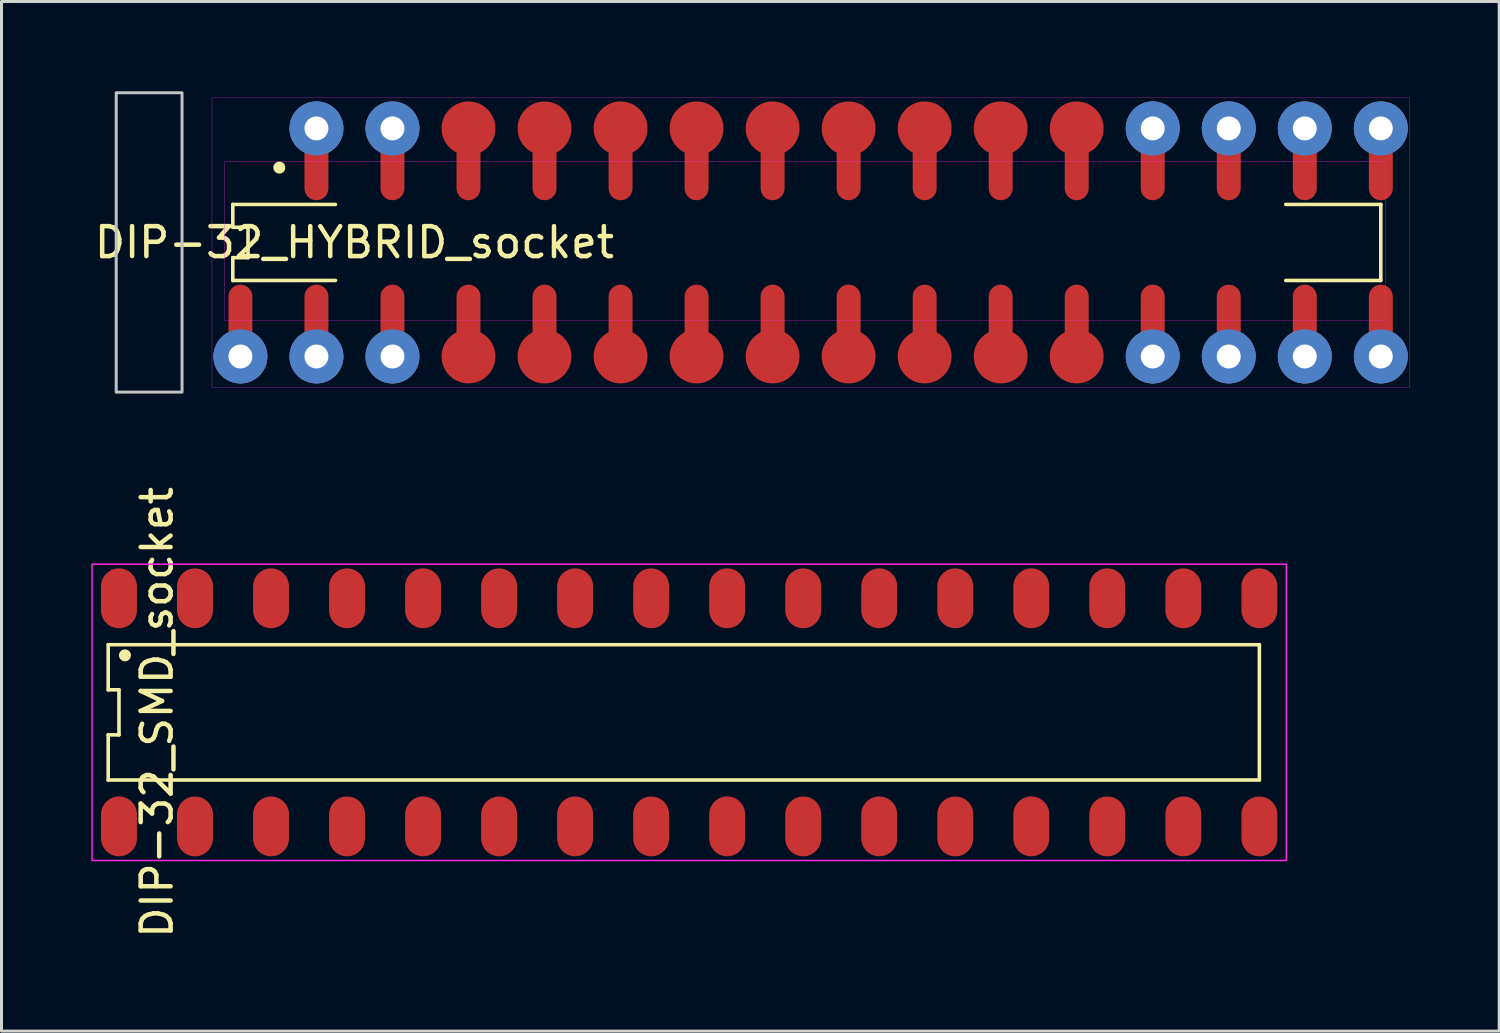
<source format=kicad_pcb>
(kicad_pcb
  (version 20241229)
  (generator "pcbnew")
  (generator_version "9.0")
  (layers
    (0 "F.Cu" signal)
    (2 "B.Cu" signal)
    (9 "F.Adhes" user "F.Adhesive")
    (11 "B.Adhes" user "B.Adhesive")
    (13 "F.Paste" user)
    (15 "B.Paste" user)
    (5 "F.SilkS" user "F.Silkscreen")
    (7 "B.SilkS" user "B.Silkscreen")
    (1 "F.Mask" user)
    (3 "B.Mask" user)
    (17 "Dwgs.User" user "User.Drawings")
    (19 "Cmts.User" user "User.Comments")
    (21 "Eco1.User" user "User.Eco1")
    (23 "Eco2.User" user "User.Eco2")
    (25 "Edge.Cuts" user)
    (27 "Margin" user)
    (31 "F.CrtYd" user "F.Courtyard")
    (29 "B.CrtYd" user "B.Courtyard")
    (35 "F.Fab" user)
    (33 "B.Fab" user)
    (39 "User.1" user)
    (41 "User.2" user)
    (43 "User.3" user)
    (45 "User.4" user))
  (footprint "DIP-32_HYBRID_socket"
    (layer "F.Cu")
    (at 24.032 5.05)
    (property "Reference" "DIP-32_HYBRID_socket" (at -15.24 0 0) (unlocked yes) (layer "F.SilkS") (effects (font (size 1 1) (thickness 0.15))))
    (attr through_hole allow_missing_courtyard)
    (fp_line (start -19.304 -1.27) (end -19.304 -0.508) (stroke (width 0.12) (type default)) (layer "F.SilkS"))
    (fp_line (start -19.304 -0.508) (end -18.796 -0.508) (stroke (width 0.12) (type default)) (layer "F.SilkS"))
    (fp_line (start -19.304 0.508) (end -19.304 1.27) (stroke (width 0.12) (type default)) (layer "F.SilkS"))
    (fp_line (start -19.304 1.27) (end -15.875 1.27) (stroke (width 0.12) (type default)) (layer "F.SilkS"))
    (fp_line (start -18.796 -0.508) (end -18.796 0.508) (stroke (width 0.12) (type default)) (layer "F.SilkS"))
    (fp_line (start -18.796 0.508) (end -19.304 0.508) (stroke (width 0.12) (type default)) (layer "F.SilkS"))
    (fp_line (start -15.875 -1.27) (end -19.304 -1.27) (stroke (width 0.12) (type default)) (layer "F.SilkS"))
    (fp_line (start 15.875 1.27) (end 19.05 1.27) (stroke (width 0.12) (type default)) (layer "F.SilkS"))
    (fp_line (start 19.05 -1.27) (end 15.875 -1.27) (stroke (width 0.12) (type default)) (layer "F.SilkS"))
    (fp_line (start 19.05 1.27) (end 19.05 -1.27) (stroke (width 0.12) (type default)) (layer "F.SilkS"))
    (fp_circle (center -17.75 -2.5) (end -17.55 -2.5) (stroke (width 0) (type solid)) (fill yes) (layer "F.SilkS"))
    (fp_rect (start -23.2 -5) (end -21 5) (stroke (width 0.1) (type solid)) (fill no) (layer "Dwgs.User"))
    (fp_rect (start -20 -4.85) (end 20 4.85) (stroke (width 0.01) (type solid)) (fill no) (layer "F.CrtYd"))
    (fp_rect (start -19.58 -2.7) (end 19.2 2.6) (stroke (width 0.01) (type solid)) (fill no) (layer "F.CrtYd"))
    (pad "2" smd oval (at -16.51 -3.81) (size 0.8 2.8) (drill (offset 0 1)) (layers "F.Cu" "F.Mask" "F.Paste"))
    (pad "2" thru_hole circle (at -16.51 -3.81) (size 1.8 1.8) (drill 0.8) (layers "*.Cu" "*.Paste" "*.Mask"))
    (pad "2" smd circle (at -16.51 -3.81) (size 1.8 1.8) (layers "B.Cu" "B.Mask" "B.Paste"))
    (pad "3" smd oval (at -13.97 -3.81) (size 0.8 2.8) (drill (offset 0 1)) (layers "F.Cu" "F.Mask" "F.Paste"))
    (pad "3" thru_hole circle (at -13.97 -3.81) (size 1.8 1.8) (drill 0.8) (layers "*.Cu" "*.Paste" "*.Mask"))
    (pad "3" smd circle (at -13.97 -3.81) (size 1.8 1.8) (layers "B.Cu" "B.Mask" "B.Paste"))
    (pad "4" smd oval (at -11.43 -3.81) (size 0.8 2.8) (drill (offset 0 1)) (layers "F.Cu" "F.Mask" "F.Paste"))
    (pad "4" smd circle (at -11.43 -3.81) (size 1.8 1.8) (layers "F.Cu" "F.Mask" "F.Paste"))
    (pad "5" smd oval (at -8.89 -3.81) (size 0.8 2.8) (drill (offset 0 1)) (layers "F.Cu" "F.Mask" "F.Paste"))
    (pad "5" smd circle (at -8.89 -3.81) (size 1.8 1.8) (layers "F.Cu" "F.Mask" "F.Paste"))
    (pad "6" smd oval (at -6.35 -3.81) (size 0.8 2.8) (drill (offset 0 1)) (layers "F.Cu" "F.Mask" "F.Paste"))
    (pad "6" smd circle (at -6.35 -3.81) (size 1.8 1.8) (layers "F.Cu" "F.Mask" "F.Paste"))
    (pad "7" smd oval (at -3.81 -3.81) (size 0.8 2.8) (drill (offset 0 1)) (layers "F.Cu" "F.Mask" "F.Paste"))
    (pad "7" smd circle (at -3.81 -3.81) (size 1.8 1.8) (layers "F.Cu" "F.Mask" "F.Paste"))
    (pad "8" smd oval (at -1.27 -3.81) (size 0.8 2.8) (drill (offset 0 1)) (layers "F.Cu" "F.Mask" "F.Paste"))
    (pad "8" smd circle (at -1.27 -3.81) (size 1.8 1.8) (layers "F.Cu" "F.Mask" "F.Paste"))
    (pad "9" smd oval (at 1.27 -3.81) (size 0.8 2.8) (drill (offset 0 1)) (layers "F.Cu" "F.Mask" "F.Paste"))
    (pad "9" smd circle (at 1.27 -3.81) (size 1.8 1.8) (layers "F.Cu" "F.Mask" "F.Paste"))
    (pad "10" smd oval (at 3.81 -3.81) (size 0.8 2.8) (drill (offset 0 1)) (layers "F.Cu" "F.Mask" "F.Paste"))
    (pad "10" smd circle (at 3.81 -3.81) (size 1.8 1.8) (layers "F.Cu" "F.Mask" "F.Paste"))
    (pad "11" smd oval (at 6.35 -3.81) (size 0.8 2.8) (drill (offset 0 1)) (layers "F.Cu" "F.Mask" "F.Paste"))
    (pad "11" smd circle (at 6.35 -3.81) (size 1.8 1.8) (layers "F.Cu" "F.Mask" "F.Paste"))
    (pad "12" smd oval (at 8.89 -3.81) (size 0.8 2.8) (drill (offset 0 1)) (layers "F.Cu" "F.Mask" "F.Paste"))
    (pad "12" smd circle (at 8.89 -3.81) (size 1.8 1.8) (layers "F.Cu" "F.Mask" "F.Paste"))
    (pad "13" smd oval (at 11.43 -3.81) (size 0.8 2.8) (drill (offset 0 1)) (layers "F.Cu" "F.Mask" "F.Paste"))
    (pad "13" thru_hole circle (at 11.43 -3.81) (size 1.8 1.8) (drill 0.8) (layers "*.Cu" "*.Paste" "*.Mask"))
    (pad "13" smd circle (at 11.43 -3.81) (size 1.8 1.8) (layers "B.Cu" "B.Mask" "B.Paste"))
    (pad "14" smd oval (at 13.97 -3.81) (size 0.8 2.8) (drill (offset 0 1)) (layers "F.Cu" "F.Mask" "F.Paste"))
    (pad "14" thru_hole circle (at 13.97 -3.81) (size 1.8 1.8) (drill 0.8) (layers "*.Cu" "*.Paste" "*.Mask"))
    (pad "14" smd circle (at 13.97 -3.81) (size 1.8 1.8) (layers "B.Cu" "B.Mask" "B.Paste"))
    (pad "15" smd oval (at 16.51 -3.81) (size 0.8 2.8) (drill (offset 0 1)) (layers "F.Cu" "F.Mask" "F.Paste"))
    (pad "15" thru_hole circle (at 16.51 -3.81) (size 1.8 1.8) (drill 0.8) (layers "*.Cu" "*.Paste" "*.Mask"))
    (pad "15" smd circle (at 16.51 -3.81) (size 1.8 1.8) (layers "B.Cu" "B.Mask" "B.Paste"))
    (pad "16" smd oval (at 19.05 -3.81) (size 0.8 2.8) (drill (offset 0 1)) (layers "F.Cu" "F.Mask" "F.Paste"))
    (pad "16" thru_hole circle (at 19.05 -3.81) (size 1.8 1.8) (drill 0.8) (layers "*.Cu" "*.Paste" "*.Mask"))
    (pad "16" smd circle (at 19.05 -3.81) (size 1.8 1.8) (layers "B.Cu" "B.Mask" "B.Paste"))
    (pad "17" smd oval (at 19.05 3.81 180) (size 0.8 2.8) (drill (offset 0 1)) (layers "F.Cu" "F.Mask" "F.Paste"))
    (pad "17" thru_hole circle (at 19.05 3.81) (size 1.8 1.8) (drill 0.8) (layers "*.Cu" "*.Paste" "*.Mask"))
    (pad "17" smd circle (at 19.05 3.81) (size 1.8 1.8) (layers "B.Cu" "B.Mask" "B.Paste"))
    (pad "18" smd oval (at 16.51 3.81 180) (size 0.8 2.8) (drill (offset 0 1)) (layers "F.Cu" "F.Mask" "F.Paste"))
    (pad "18" thru_hole circle (at 16.51 3.81) (size 1.8 1.8) (drill 0.8) (layers "*.Cu" "*.Paste" "*.Mask"))
    (pad "18" smd circle (at 16.51 3.81) (size 1.8 1.8) (layers "B.Cu" "B.Mask" "B.Paste"))
    (pad "19" smd oval (at 13.97 3.81 180) (size 0.8 2.8) (drill (offset 0 1)) (layers "F.Cu" "F.Mask" "F.Paste"))
    (pad "19" thru_hole circle (at 13.97 3.81) (size 1.8 1.8) (drill 0.8) (layers "*.Cu" "*.Paste" "*.Mask"))
    (pad "19" smd circle (at 13.97 3.81) (size 1.8 1.8) (layers "B.Cu" "B.Mask" "B.Paste"))
    (pad "20" smd oval (at 11.43 3.81 180) (size 0.8 2.8) (drill (offset 0 1)) (layers "F.Cu" "F.Mask" "F.Paste"))
    (pad "20" thru_hole circle (at 11.43 3.81) (size 1.8 1.8) (drill 0.8) (layers "*.Cu" "*.Paste" "*.Mask"))
    (pad "20" smd circle (at 11.43 3.81) (size 1.8 1.8) (layers "B.Cu" "B.Mask" "B.Paste"))
    (pad "21" smd oval (at 8.89 3.81 180) (size 0.8 2.8) (drill (offset 0 1)) (layers "F.Cu" "F.Mask" "F.Paste"))
    (pad "21" smd circle (at 8.89 3.81) (size 1.8 1.8) (layers "F.Cu" "F.Mask" "F.Paste"))
    (pad "22" smd oval (at 6.35 3.81 180) (size 0.8 2.8) (drill (offset 0 1)) (layers "F.Cu" "F.Mask" "F.Paste"))
    (pad "22" smd circle (at 6.35 3.81) (size 1.8 1.8) (layers "F.Cu" "F.Mask" "F.Paste"))
    (pad "23" smd oval (at 3.81 3.81 180) (size 0.8 2.8) (drill (offset 0 1)) (layers "F.Cu" "F.Mask" "F.Paste"))
    (pad "23" smd circle (at 3.81 3.81) (size 1.8 1.8) (layers "F.Cu" "F.Mask" "F.Paste"))
    (pad "24" smd oval (at 1.27 3.81 180) (size 0.8 2.8) (drill (offset 0 1)) (layers "F.Cu" "F.Mask" "F.Paste"))
    (pad "24" smd circle (at 1.27 3.81) (size 1.8 1.8) (layers "F.Cu" "F.Mask" "F.Paste"))
    (pad "25" smd oval (at -1.27 3.81 180) (size 0.8 2.8) (drill (offset 0 1)) (layers "F.Cu" "F.Mask" "F.Paste"))
    (pad "25" smd circle (at -1.27 3.81) (size 1.8 1.8) (layers "F.Cu" "F.Mask" "F.Paste"))
    (pad "26" smd oval (at -3.81 3.81 180) (size 0.8 2.8) (drill (offset 0 1)) (layers "F.Cu" "F.Mask" "F.Paste"))
    (pad "26" smd circle (at -3.81 3.81) (size 1.8 1.8) (layers "F.Cu" "F.Mask" "F.Paste"))
    (pad "27" smd oval (at -6.35 3.81 180) (size 0.8 2.8) (drill (offset 0 1)) (layers "F.Cu" "F.Mask" "F.Paste"))
    (pad "27" smd circle (at -6.35 3.81) (size 1.8 1.8) (layers "F.Cu" "F.Mask" "F.Paste"))
    (pad "28" smd oval (at -8.89 3.81 180) (size 0.8 2.8) (drill (offset 0 1)) (layers "F.Cu" "F.Mask" "F.Paste"))
    (pad "28" smd circle (at -8.89 3.81) (size 1.8 1.8) (layers "F.Cu" "F.Mask" "F.Paste"))
    (pad "29" smd oval (at -11.43 3.81 180) (size 0.8 2.8) (drill (offset 0 1)) (layers "F.Cu" "F.Mask" "F.Paste"))
    (pad "29" smd circle (at -11.43 3.81) (size 1.8 1.8) (layers "F.Cu" "F.Mask" "F.Paste"))
    (pad "30" smd oval (at -13.97 3.81 180) (size 0.8 2.8) (drill (offset 0 1)) (layers "F.Cu" "F.Mask" "F.Paste"))
    (pad "30" thru_hole circle (at -13.97 3.81) (size 1.8 1.8) (drill 0.8) (layers "*.Cu" "*.Paste" "*.Mask"))
    (pad "30" smd circle (at -13.97 3.81) (size 1.8 1.8) (layers "B.Cu" "B.Mask" "B.Paste"))
    (pad "31" smd oval (at -16.51 3.81 180) (size 0.8 2.8) (drill (offset 0 1)) (layers "F.Cu" "F.Mask" "F.Paste"))
    (pad "31" thru_hole circle (at -16.51 3.81) (size 1.8 1.8) (drill 0.8) (layers "*.Cu" "*.Paste" "*.Mask"))
    (pad "31" smd circle (at -16.51 3.81) (size 1.8 1.8) (layers "B.Cu" "B.Mask" "B.Paste"))
    (pad "32" smd oval (at -19.05 3.81 180) (size 0.8 2.8) (drill (offset 0 1)) (layers "F.Cu" "F.Mask" "F.Paste"))
    (pad "32" thru_hole circle (at -19.05 3.81) (size 1.8 1.8) (drill 0.8) (layers "*.Cu" "*.Paste" "*.Mask"))
    (pad "32" smd circle (at -19.05 3.81) (size 1.8 1.8) (layers "B.Cu" "B.Mask" "B.Paste")))
  (footprint "DIP-32_SMD_socket"
    (layer "F.Cu")
    (at 19.975 20.749)
    (property "Reference" "DIP-32_SMD_socket" (at -17.78 0 90) (unlocked yes) (layer "F.SilkS") (effects (font (size 1 1) (thickness 0.15))))
    (attr through_hole)
    (fp_line (start -19.41 -2.26) (end -19.41 -0.753) (stroke (width 0.12) (type default)) (layer "F.SilkS"))
    (fp_line (start -19.41 -0.753) (end -19.05 -0.753) (stroke (width 0.12) (type default)) (layer "F.SilkS"))
    (fp_line (start -19.41 0.753) (end -19.41 2.26) (stroke (width 0.12) (type default)) (layer "F.SilkS"))
    (fp_line (start -19.41 2.26) (end 19.05 2.26) (stroke (width 0.12) (type default)) (layer "F.SilkS"))
    (fp_line (start -19.05 -0.753) (end -19.05 0.753) (stroke (width 0.12) (type default)) (layer "F.SilkS"))
    (fp_line (start -19.05 0.753) (end -19.41 0.753) (stroke (width 0.12) (type default)) (layer "F.SilkS"))
    (fp_line (start 19.05 -2.26) (end -19.41 -2.26) (stroke (width 0.12) (type default)) (layer "F.SilkS"))
    (fp_line (start 19.05 2.26) (end 19.05 -2.26) (stroke (width 0.12) (type default)) (layer "F.SilkS"))
    (fp_circle (center -18.85 -1.905) (end -18.65 -1.905) (stroke (width 0) (type solid)) (fill yes) (layer "F.SilkS"))
    (fp_rect (start -19.95 -4.95) (end 19.95 4.95) (stroke (width 0.05) (type default)) (fill no) (layer "F.CrtYd"))
    (pad "1" smd oval (at -19.05 -3.81) (size 1.2 2) (layers "F.Cu" "F.Mask" "F.Paste"))
    (pad "2" smd oval (at -16.51 -3.81) (size 1.2 2) (layers "F.Cu" "F.Mask" "F.Paste"))
    (pad "3" smd oval (at -13.97 -3.81) (size 1.2 2) (layers "F.Cu" "F.Mask" "F.Paste"))
    (pad "4" smd oval (at -11.43 -3.81) (size 1.2 2) (layers "F.Cu" "F.Mask" "F.Paste"))
    (pad "5" smd oval (at -8.89 -3.81) (size 1.2 2) (layers "F.Cu" "F.Mask" "F.Paste"))
    (pad "6" smd oval (at -6.35 -3.81) (size 1.2 2) (layers "F.Cu" "F.Mask" "F.Paste"))
    (pad "7" smd oval (at -3.81 -3.81) (size 1.2 2) (layers "F.Cu" "F.Mask" "F.Paste"))
    (pad "8" smd oval (at -1.27 -3.81) (size 1.2 2) (layers "F.Cu" "F.Mask" "F.Paste"))
    (pad "9" smd oval (at 1.27 -3.81) (size 1.2 2) (layers "F.Cu" "F.Mask" "F.Paste"))
    (pad "10" smd oval (at 3.81 -3.81) (size 1.2 2) (layers "F.Cu" "F.Mask" "F.Paste"))
    (pad "11" smd oval (at 6.35 -3.81) (size 1.2 2) (layers "F.Cu" "F.Mask" "F.Paste"))
    (pad "12" smd oval (at 8.89 -3.81) (size 1.2 2) (layers "F.Cu" "F.Mask" "F.Paste"))
    (pad "13" smd oval (at 11.43 -3.81) (size 1.2 2) (layers "F.Cu" "F.Mask" "F.Paste"))
    (pad "14" smd oval (at 13.97 -3.81) (size 1.2 2) (layers "F.Cu" "F.Mask" "F.Paste"))
    (pad "15" smd oval (at 16.51 -3.81) (size 1.2 2) (layers "F.Cu" "F.Mask" "F.Paste"))
    (pad "16" smd oval (at 19.05 -3.81) (size 1.2 2) (layers "F.Cu" "F.Mask" "F.Paste"))
    (pad "17" smd oval (at 19.05 3.81) (size 1.2 2) (layers "F.Cu" "F.Mask" "F.Paste"))
    (pad "18" smd oval (at 16.51 3.81) (size 1.2 2) (layers "F.Cu" "F.Mask" "F.Paste"))
    (pad "19" smd oval (at 13.97 3.81) (size 1.2 2) (layers "F.Cu" "F.Mask" "F.Paste"))
    (pad "20" smd oval (at 11.43 3.81) (size 1.2 2) (layers "F.Cu" "F.Mask" "F.Paste"))
    (pad "21" smd oval (at 8.89 3.81) (size 1.2 2) (layers "F.Cu" "F.Mask" "F.Paste"))
    (pad "22" smd oval (at 6.35 3.81) (size 1.2 2) (layers "F.Cu" "F.Mask" "F.Paste"))
    (pad "23" smd oval (at 3.81 3.81) (size 1.2 2) (layers "F.Cu" "F.Mask" "F.Paste"))
    (pad "24" smd oval (at 1.27 3.81) (size 1.2 2) (layers "F.Cu" "F.Mask" "F.Paste"))
    (pad "25" smd oval (at -1.27 3.81) (size 1.2 2) (layers "F.Cu" "F.Mask" "F.Paste"))
    (pad "26" smd oval (at -3.81 3.81) (size 1.2 2) (layers "F.Cu" "F.Mask" "F.Paste"))
    (pad "27" smd oval (at -6.35 3.81) (size 1.2 2) (layers "F.Cu" "F.Mask" "F.Paste"))
    (pad "28" smd oval (at -8.89 3.81) (size 1.2 2) (layers "F.Cu" "F.Mask" "F.Paste"))
    (pad "29" smd oval (at -11.43 3.81) (size 1.2 2) (layers "F.Cu" "F.Mask" "F.Paste"))
    (pad "30" smd oval (at -13.97 3.81) (size 1.2 2) (layers "F.Cu" "F.Mask" "F.Paste"))
    (pad "31" smd oval (at -16.51 3.81) (size 1.2 2) (layers "F.Cu" "F.Mask" "F.Paste"))
    (pad "32" smd oval (at -19.05 3.81) (size 1.2 2) (layers "F.Cu" "F.Mask" "F.Paste")))
  (gr_rect
    (start -3 -3)
    (end 47.037 31.398)
    (stroke (width 0.1) (type default))
    (fill no)
    (layer "Edge.Cuts")))
</source>
